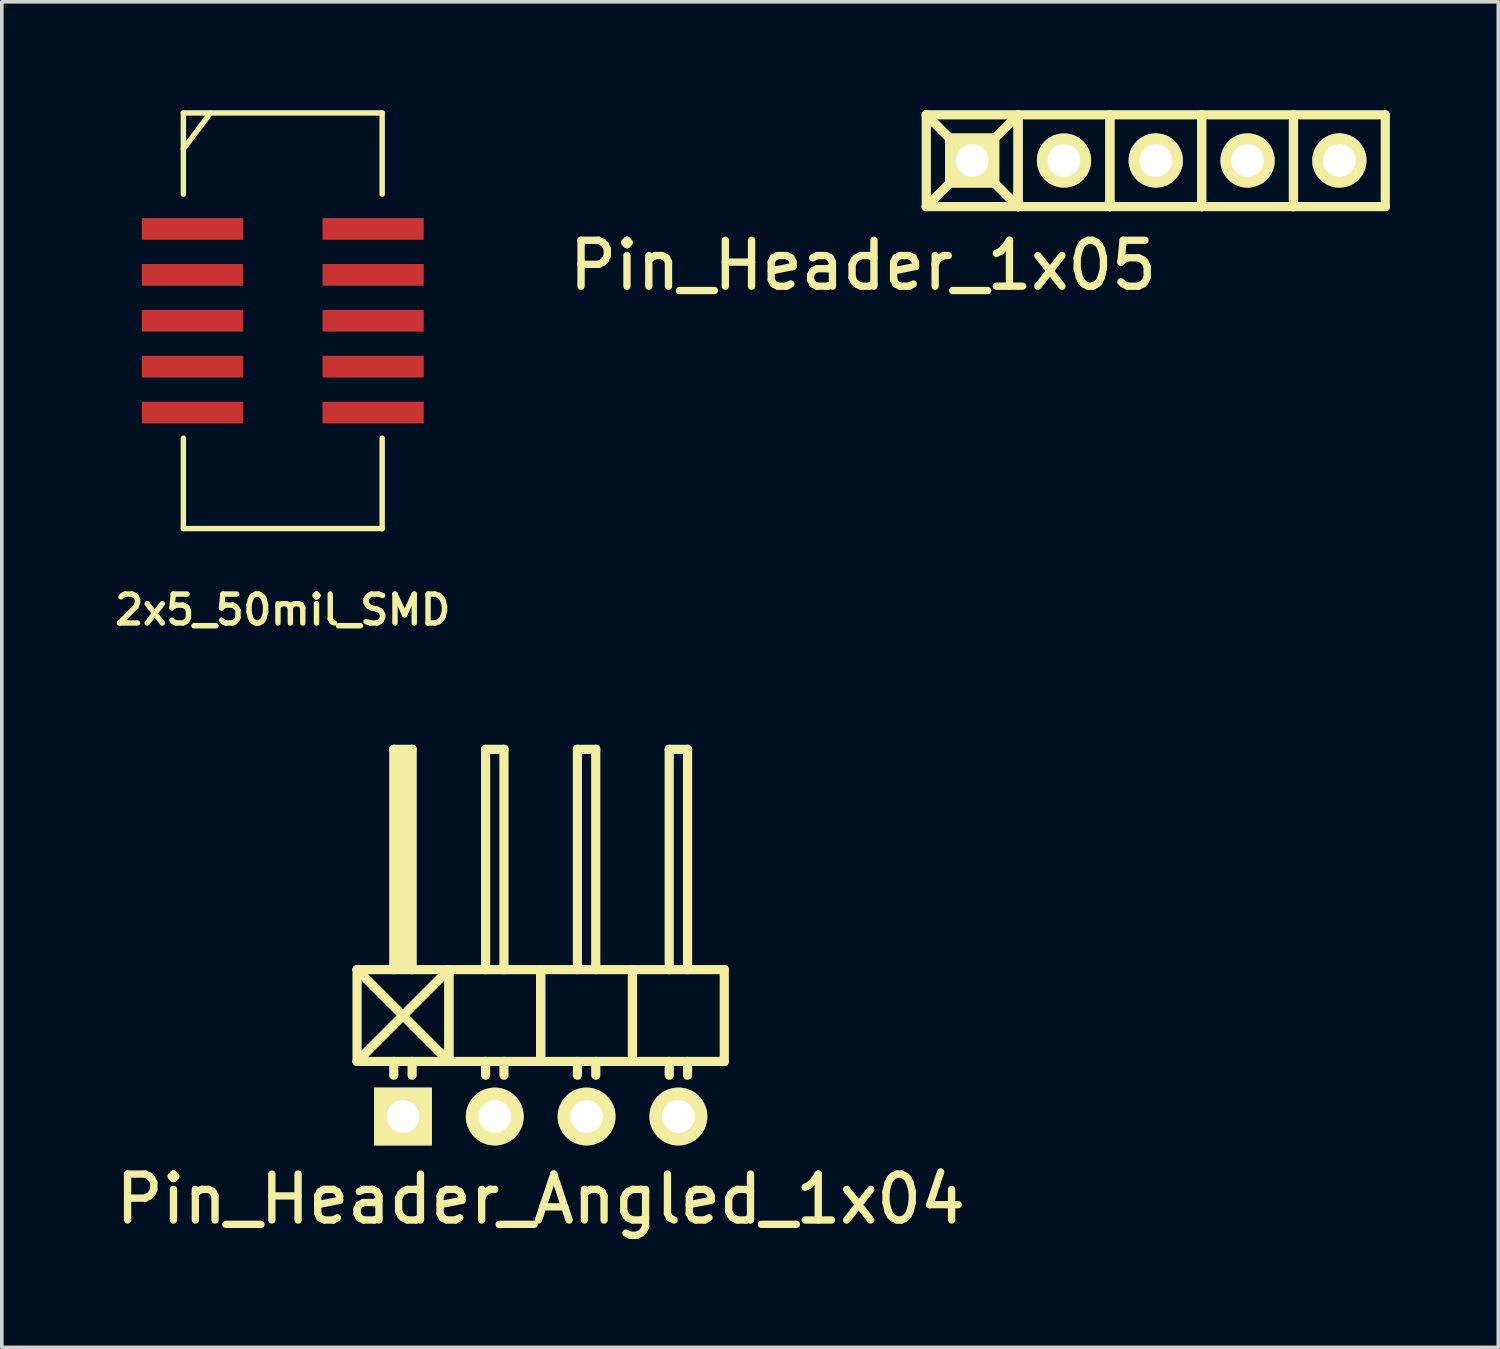
<source format=kicad_pcb>
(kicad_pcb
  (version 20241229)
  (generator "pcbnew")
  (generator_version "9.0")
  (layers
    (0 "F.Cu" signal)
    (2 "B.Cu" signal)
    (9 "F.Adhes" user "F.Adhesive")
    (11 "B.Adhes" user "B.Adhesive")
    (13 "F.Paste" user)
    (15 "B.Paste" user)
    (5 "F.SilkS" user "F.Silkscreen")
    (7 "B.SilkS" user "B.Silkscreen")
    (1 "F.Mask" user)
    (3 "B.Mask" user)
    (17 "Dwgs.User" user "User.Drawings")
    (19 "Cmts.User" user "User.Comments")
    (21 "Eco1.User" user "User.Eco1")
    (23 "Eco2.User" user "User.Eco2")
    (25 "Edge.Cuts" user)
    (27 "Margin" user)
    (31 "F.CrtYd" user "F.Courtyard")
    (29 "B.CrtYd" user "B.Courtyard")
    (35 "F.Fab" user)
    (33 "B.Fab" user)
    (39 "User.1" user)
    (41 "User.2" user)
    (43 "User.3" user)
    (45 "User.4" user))
  (footprint "Pin_Header_Angled_1x04"
    (layer "F.Cu")
    (at 11.91 27.843)
    (property "Reference" "Pin_Header_Angled_1x04" (at 0 2.286 0) (layer "F.SilkS") (effects (font (size 1.27 1.27) (thickness 0.203))))
    (attr through_hole)
    (fp_line (start -5.08 -4.064) (end -2.54 -1.524) (stroke (width 0.254) (type solid)) (layer "F.SilkS"))
    (fp_line (start -5.08 -1.524) (end -5.08 -4.064) (stroke (width 0.254) (type solid)) (layer "F.SilkS"))
    (fp_line (start -5.08 -1.524) (end -2.54 -1.524) (stroke (width 0.254) (type solid)) (layer "F.SilkS"))
    (fp_line (start -4.064 -10.16) (end -3.556 -10.16) (stroke (width 0.254) (type solid)) (layer "F.SilkS"))
    (fp_line (start -4.064 -4.064) (end -4.064 -10.16) (stroke (width 0.254) (type solid)) (layer "F.SilkS"))
    (fp_line (start -4.064 -1.524) (end -4.064 -1.143) (stroke (width 0.254) (type solid)) (layer "F.SilkS"))
    (fp_line (start -3.937 -10.033) (end -3.683 -10.033) (stroke (width 0.254) (type solid)) (layer "F.SilkS"))
    (fp_line (start -3.937 -4.191) (end -3.937 -10.033) (stroke (width 0.254) (type solid)) (layer "F.SilkS"))
    (fp_line (start -3.81 -4.191) (end -3.81 -10.033) (stroke (width 0.254) (type solid)) (layer "F.SilkS"))
    (fp_line (start -3.683 -10.033) (end -3.683 -4.191) (stroke (width 0.254) (type solid)) (layer "F.SilkS"))
    (fp_line (start -3.683 -4.191) (end -3.81 -4.191) (stroke (width 0.254) (type solid)) (layer "F.SilkS"))
    (fp_line (start -3.556 -10.16) (end -3.556 -4.064) (stroke (width 0.254) (type solid)) (layer "F.SilkS"))
    (fp_line (start -3.556 -1.524) (end -3.556 -1.143) (stroke (width 0.254) (type solid)) (layer "F.SilkS"))
    (fp_line (start -2.54 -4.064) (end -5.08 -4.064) (stroke (width 0.254) (type solid)) (layer "F.SilkS"))
    (fp_line (start -2.54 -4.064) (end -5.08 -1.524) (stroke (width 0.254) (type solid)) (layer "F.SilkS"))
    (fp_line (start -2.54 -1.524) (end -2.54 -4.064) (stroke (width 0.254) (type solid)) (layer "F.SilkS"))
    (fp_line (start -2.54 -1.524) (end -2.54 -4.064) (stroke (width 0.254) (type solid)) (layer "F.SilkS"))
    (fp_line (start -2.54 -1.524) (end 0 -1.524) (stroke (width 0.254) (type solid)) (layer "F.SilkS"))
    (fp_line (start -1.524 -10.16) (end -1.016 -10.16) (stroke (width 0.254) (type solid)) (layer "F.SilkS"))
    (fp_line (start -1.524 -4.064) (end -1.524 -10.16) (stroke (width 0.254) (type solid)) (layer "F.SilkS"))
    (fp_line (start -1.524 -1.524) (end -1.524 -1.143) (stroke (width 0.254) (type solid)) (layer "F.SilkS"))
    (fp_line (start -1.016 -10.16) (end -1.016 -4.064) (stroke (width 0.254) (type solid)) (layer "F.SilkS"))
    (fp_line (start -1.016 -1.524) (end -1.016 -1.143) (stroke (width 0.254) (type solid)) (layer "F.SilkS"))
    (fp_line (start 0 -4.064) (end -2.54 -4.064) (stroke (width 0.254) (type solid)) (layer "F.SilkS"))
    (fp_line (start 0 -1.524) (end 0 -4.064) (stroke (width 0.254) (type solid)) (layer "F.SilkS"))
    (fp_line (start 0 -1.524) (end 0 -4.064) (stroke (width 0.254) (type solid)) (layer "F.SilkS"))
    (fp_line (start 0 -1.524) (end 2.54 -1.524) (stroke (width 0.254) (type solid)) (layer "F.SilkS"))
    (fp_line (start 1.016 -10.16) (end 1.524 -10.16) (stroke (width 0.254) (type solid)) (layer "F.SilkS"))
    (fp_line (start 1.016 -4.064) (end 1.016 -10.16) (stroke (width 0.254) (type solid)) (layer "F.SilkS"))
    (fp_line (start 1.016 -1.524) (end 1.016 -1.143) (stroke (width 0.254) (type solid)) (layer "F.SilkS"))
    (fp_line (start 1.524 -10.16) (end 1.524 -4.064) (stroke (width 0.254) (type solid)) (layer "F.SilkS"))
    (fp_line (start 1.524 -1.524) (end 1.524 -1.143) (stroke (width 0.254) (type solid)) (layer "F.SilkS"))
    (fp_line (start 2.54 -4.064) (end 0 -4.064) (stroke (width 0.254) (type solid)) (layer "F.SilkS"))
    (fp_line (start 2.54 -1.524) (end 2.54 -4.064) (stroke (width 0.254) (type solid)) (layer "F.SilkS"))
    (fp_line (start 2.54 -1.524) (end 2.54 -4.064) (stroke (width 0.254) (type solid)) (layer "F.SilkS"))
    (fp_line (start 2.54 -1.524) (end 5.08 -1.524) (stroke (width 0.254) (type solid)) (layer "F.SilkS"))
    (fp_line (start 3.556 -10.16) (end 4.064 -10.16) (stroke (width 0.254) (type solid)) (layer "F.SilkS"))
    (fp_line (start 3.556 -4.064) (end 3.556 -10.16) (stroke (width 0.254) (type solid)) (layer "F.SilkS"))
    (fp_line (start 3.556 -1.524) (end 3.556 -1.143) (stroke (width 0.254) (type solid)) (layer "F.SilkS"))
    (fp_line (start 4.064 -10.16) (end 4.064 -4.064) (stroke (width 0.254) (type solid)) (layer "F.SilkS"))
    (fp_line (start 4.064 -1.524) (end 4.064 -1.143) (stroke (width 0.254) (type solid)) (layer "F.SilkS"))
    (fp_line (start 5.08 -4.064) (end 2.54 -4.064) (stroke (width 0.254) (type solid)) (layer "F.SilkS"))
    (fp_line (start 5.08 -1.524) (end 5.08 -4.064) (stroke (width 0.254) (type solid)) (layer "F.SilkS"))
    (pad "1" thru_hole rect (at -3.81 0) (size 1.6 1.6) (drill 0.9) (layers "*.Cu" "*.Mask" "F.SilkS"))
    (pad "2" thru_hole circle (at -1.27 0) (size 1.6 1.6) (drill 0.9) (layers "*.Cu" "*.Mask" "F.SilkS"))
    (pad "3" thru_hole circle (at 1.27 0) (size 1.6 1.6) (drill 0.9) (layers "*.Cu" "*.Mask" "F.SilkS"))
    (pad "4" thru_hole circle (at 3.81 0) (size 1.6 1.6) (drill 0.9) (layers "*.Cu" "*.Mask" "F.SilkS")))
  (footprint "2x5_50mil_SMD"
    (layer "F.Cu")
    (at 4.774 5.825)
    (property "Reference" "2x5_50mil_SMD" (at 0 8 0) (layer "F.SilkS") (effects (font (size 0.8 0.8) (thickness 0.15))))
    (attr through_hole)
    (fp_line (start -2.75 -5.75) (end -2.75 -3.5) (stroke (width 0.15) (type solid)) (layer "F.SilkS"))
    (fp_line (start -2.75 -5.75) (end 2.75 -5.75) (stroke (width 0.15) (type solid)) (layer "F.SilkS"))
    (fp_line (start -2.75 -4.75) (end -2 -5.75) (stroke (width 0.15) (type solid)) (layer "F.SilkS"))
    (fp_line (start -2.75 5.75) (end -2.75 3.25) (stroke (width 0.15) (type solid)) (layer "F.SilkS"))
    (fp_line (start -2.75 5.75) (end 2.75 5.75) (stroke (width 0.15) (type solid)) (layer "F.SilkS"))
    (fp_line (start 2.75 -5.75) (end 2.75 -3.5) (stroke (width 0.15) (type solid)) (layer "F.SilkS"))
    (fp_line (start 2.75 5.75) (end 2.75 3.25) (stroke (width 0.15) (type solid)) (layer "F.SilkS"))
    (pad "1" smd rect (at -2.5 -2.54) (size 2.8 0.6) (layers "F.Cu" "F.Mask"))
    (pad "2" smd rect (at 2.5 -2.54) (size 2.8 0.6) (layers "F.Cu" "F.Mask"))
    (pad "3" smd rect (at -2.5 -1.27) (size 2.8 0.6) (layers "F.Cu" "F.Mask"))
    (pad "4" smd rect (at 2.5 -1.27) (size 2.8 0.6) (layers "F.Cu" "F.Mask"))
    (pad "5" smd rect (at -2.5 0) (size 2.8 0.6) (layers "F.Cu" "F.Mask"))
    (pad "6" smd rect (at 2.5 0) (size 2.8 0.6) (layers "F.Cu" "F.Mask"))
    (pad "7" smd rect (at -2.5 1.27) (size 2.8 0.6) (layers "F.Cu" "F.Mask"))
    (pad "8" smd rect (at 2.5 1.27) (size 2.8 0.6) (layers "F.Cu" "F.Mask"))
    (pad "9" smd rect (at -2.5 2.54) (size 2.8 0.6) (layers "F.Cu" "F.Mask"))
    (pad "10" smd rect (at 2.5 2.54) (size 2.8 0.6) (layers "F.Cu" "F.Mask")))
  (footprint "Pin_Header_1x05"
    (layer "F.Cu")
    (at 28.929 1.391)
    (property "Reference" "Pin_Header_1x05" (at -8.1 2.9 0) (layer "F.SilkS") (effects (font (size 1.27 1.27) (thickness 0.203))))
    (attr through_hole)
    (fp_line (start -6.35 -1.264) (end -3.81 1.276) (stroke (width 0.254) (type solid)) (layer "F.SilkS"))
    (fp_line (start -6.35 1.276) (end -6.35 -1.264) (stroke (width 0.254) (type solid)) (layer "F.SilkS"))
    (fp_line (start -6.35 1.276) (end -3.81 1.276) (stroke (width 0.254) (type solid)) (layer "F.SilkS"))
    (fp_line (start -3.81 -1.264) (end -6.35 -1.264) (stroke (width 0.254) (type solid)) (layer "F.SilkS"))
    (fp_line (start -3.81 -1.264) (end -6.35 1.276) (stroke (width 0.254) (type solid)) (layer "F.SilkS"))
    (fp_line (start -3.81 1.276) (end -3.81 -1.264) (stroke (width 0.254) (type solid)) (layer "F.SilkS"))
    (fp_line (start -3.81 1.276) (end -3.81 -1.264) (stroke (width 0.254) (type solid)) (layer "F.SilkS"))
    (fp_line (start -3.81 1.276) (end -1.27 1.276) (stroke (width 0.254) (type solid)) (layer "F.SilkS"))
    (fp_line (start -1.27 -1.264) (end -3.81 -1.264) (stroke (width 0.254) (type solid)) (layer "F.SilkS"))
    (fp_line (start -1.27 1.276) (end -1.27 -1.264) (stroke (width 0.254) (type solid)) (layer "F.SilkS"))
    (fp_line (start -1.27 1.276) (end -1.27 -1.264) (stroke (width 0.254) (type solid)) (layer "F.SilkS"))
    (fp_line (start -1.27 1.276) (end 1.27 1.276) (stroke (width 0.254) (type solid)) (layer "F.SilkS"))
    (fp_line (start 1.27 -1.264) (end -1.27 -1.264) (stroke (width 0.254) (type solid)) (layer "F.SilkS"))
    (fp_line (start 1.27 1.276) (end 1.27 -1.264) (stroke (width 0.254) (type solid)) (layer "F.SilkS"))
    (fp_line (start 1.27 1.276) (end 1.27 -1.264) (stroke (width 0.254) (type solid)) (layer "F.SilkS"))
    (fp_line (start 1.27 1.276) (end 3.81 1.276) (stroke (width 0.254) (type solid)) (layer "F.SilkS"))
    (fp_line (start 3.81 -1.264) (end 1.27 -1.264) (stroke (width 0.254) (type solid)) (layer "F.SilkS"))
    (fp_line (start 3.81 1.276) (end 3.81 -1.264) (stroke (width 0.254) (type solid)) (layer "F.SilkS"))
    (fp_line (start 3.81 1.276) (end 3.81 -1.264) (stroke (width 0.254) (type solid)) (layer "F.SilkS"))
    (fp_line (start 3.81 1.276) (end 6.35 1.276) (stroke (width 0.254) (type solid)) (layer "F.SilkS"))
    (fp_line (start 6.35 -1.264) (end 3.81 -1.264) (stroke (width 0.254) (type solid)) (layer "F.SilkS"))
    (fp_line (start 6.35 1.276) (end 6.35 -1.264) (stroke (width 0.254) (type solid)) (layer "F.SilkS"))
    (pad "1" thru_hole rect (at -5.08 0) (size 1.5 1.5) (drill 0.9) (layers "*.Cu" "*.Mask" "F.SilkS"))
    (pad "2" thru_hole oval (at -2.54 0) (size 1.5 1.5) (drill 0.9) (layers "*.Cu" "*.Mask" "F.SilkS"))
    (pad "3" thru_hole oval (at 0 0) (size 1.5 1.5) (drill 0.9) (layers "*.Cu" "*.Mask" "F.SilkS"))
    (pad "4" thru_hole oval (at 2.54 0) (size 1.5 1.5) (drill 0.9) (layers "*.Cu" "*.Mask" "F.SilkS"))
    (pad "5" thru_hole oval (at 5.08 0) (size 1.5 1.5) (drill 0.9) (layers "*.Cu" "*.Mask" "F.SilkS")))
  (gr_rect
    (start -3 -3)
    (end 38.406 34.229)
    (stroke (width 0.1) (type default))
    (fill no)
    (layer "Edge.Cuts")))
</source>
